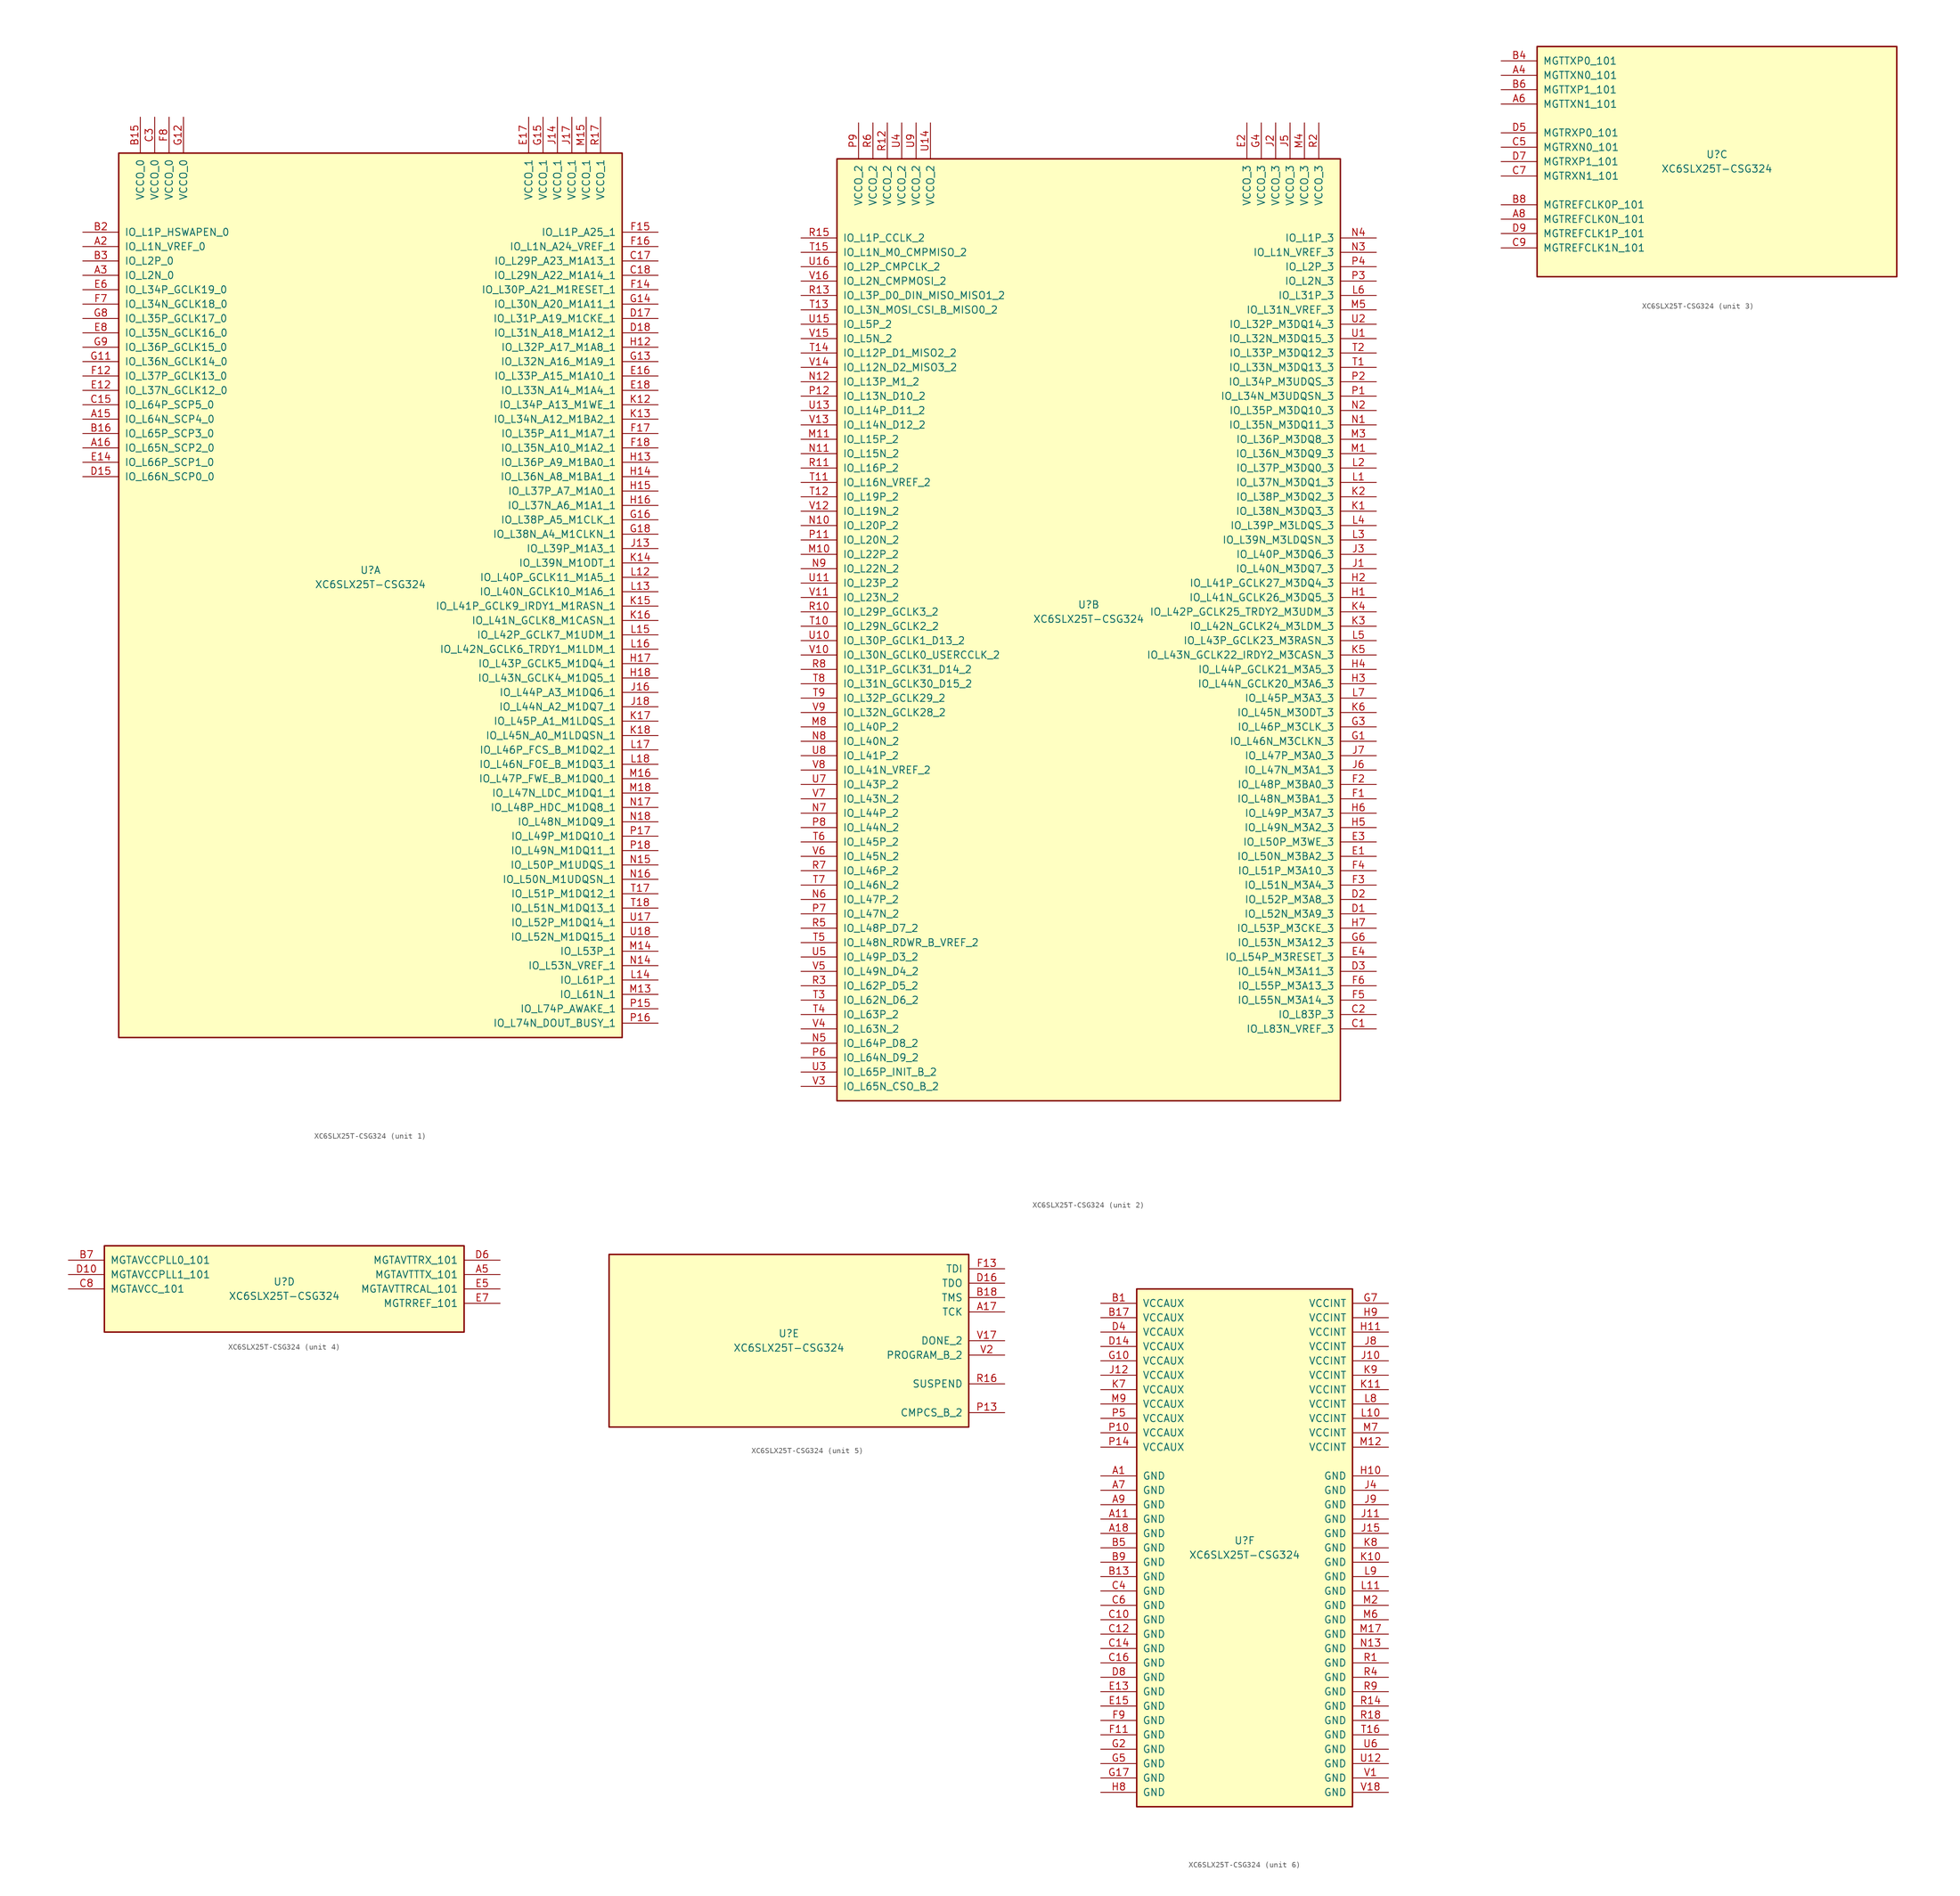
<source format=kicad_sym>
(kicad_symbol_lib
  (version 20211014)
  (generator kicad_symbol_editor)
  (symbol "XC6SLX25T-CSG324"
    (pin_names
      (offset 1.016))
    (property "Reference" "U"
      (at 0 1.27 0)
      (effects (font (size 1.27 1.27))))
    (property "Value" "XC6SLX25T-CSG324"
      (at 0 -1.27 0)
      (effects (font (size 1.27 1.27))))
    (property "Datasheet" ""
      (at 0 0 0)
      (effects (font (size 1.27 1.27))))
    (property "ki_locked" ""
      (at 0 0 0)
      (effects (font (size 1.27 1.27))))
    (symbol "XC6SLX25T-CSG324_1_1"
      (rectangle (start -44.45 74.93) (end 44.45 -81.28) (stroke (width 0.254) (type default) (color 0 0 0 0)) (fill (type background)))
      (pin bidirectional line (at -50.8 27.94 0) (length 6.35) (name "IO_L64N_SCP4_0" (effects (font (size 1.27 1.27)))) (number "A15" (effects (font (size 1.27 1.27)))))
      (pin bidirectional line (at -50.8 22.86 0) (length 6.35) (name "IO_L65N_SCP2_0" (effects (font (size 1.27 1.27)))) (number "A16" (effects (font (size 1.27 1.27)))))
      (pin bidirectional line (at -50.8 58.42 0) (length 6.35) (name "IO_L1N_VREF_0" (effects (font (size 1.27 1.27)))) (number "A2" (effects (font (size 1.27 1.27)))))
      (pin bidirectional line (at -50.8 53.34 0) (length 6.35) (name "IO_L2N_0" (effects (font (size 1.27 1.27)))) (number "A3" (effects (font (size 1.27 1.27)))))
      (pin power_in line (at -40.64 81.28 270) (length 6.35) (name "VCCO_0" (effects (font (size 1.27 1.27)))) (number "B15" (effects (font (size 1.27 1.27)))))
      (pin bidirectional line (at -50.8 25.4 0) (length 6.35) (name "IO_L65P_SCP3_0" (effects (font (size 1.27 1.27)))) (number "B16" (effects (font (size 1.27 1.27)))))
      (pin bidirectional line (at -50.8 60.96 0) (length 6.35) (name "IO_L1P_HSWAPEN_0" (effects (font (size 1.27 1.27)))) (number "B2" (effects (font (size 1.27 1.27)))))
      (pin bidirectional line (at -50.8 55.88 0) (length 6.35) (name "IO_L2P_0" (effects (font (size 1.27 1.27)))) (number "B3" (effects (font (size 1.27 1.27)))))
      (pin bidirectional line (at -50.8 30.48 0) (length 6.35) (name "IO_L64P_SCP5_0" (effects (font (size 1.27 1.27)))) (number "C15" (effects (font (size 1.27 1.27)))))
      (pin bidirectional line (at 50.8 55.88 180) (length 6.35) (name "IO_L29P_A23_M1A13_1" (effects (font (size 1.27 1.27)))) (number "C17" (effects (font (size 1.27 1.27)))))
      (pin bidirectional line (at 50.8 53.34 180) (length 6.35) (name "IO_L29N_A22_M1A14_1" (effects (font (size 1.27 1.27)))) (number "C18" (effects (font (size 1.27 1.27)))))
      (pin power_in line (at -38.1 81.28 270) (length 6.35) (name "VCCO_0" (effects (font (size 1.27 1.27)))) (number "C3" (effects (font (size 1.27 1.27)))))
      (pin bidirectional line (at -50.8 17.78 0) (length 6.35) (name "IO_L66N_SCP0_0" (effects (font (size 1.27 1.27)))) (number "D15" (effects (font (size 1.27 1.27)))))
      (pin bidirectional line (at 50.8 45.72 180) (length 6.35) (name "IO_L31P_A19_M1CKE_1" (effects (font (size 1.27 1.27)))) (number "D17" (effects (font (size 1.27 1.27)))))
      (pin bidirectional line (at 50.8 43.18 180) (length 6.35) (name "IO_L31N_A18_M1A12_1" (effects (font (size 1.27 1.27)))) (number "D18" (effects (font (size 1.27 1.27)))))
      (pin bidirectional line (at -50.8 33.02 0) (length 6.35) (name "IO_L37N_GCLK12_0" (effects (font (size 1.27 1.27)))) (number "E12" (effects (font (size 1.27 1.27)))))
      (pin bidirectional line (at -50.8 20.32 0) (length 6.35) (name "IO_L66P_SCP1_0" (effects (font (size 1.27 1.27)))) (number "E14" (effects (font (size 1.27 1.27)))))
      (pin bidirectional line (at 50.8 35.56 180) (length 6.35) (name "IO_L33P_A15_M1A10_1" (effects (font (size 1.27 1.27)))) (number "E16" (effects (font (size 1.27 1.27)))))
      (pin power_in line (at 27.94 81.28 270) (length 6.35) (name "VCCO_1" (effects (font (size 1.27 1.27)))) (number "E17" (effects (font (size 1.27 1.27)))))
      (pin bidirectional line (at 50.8 33.02 180) (length 6.35) (name "IO_L33N_A14_M1A4_1" (effects (font (size 1.27 1.27)))) (number "E18" (effects (font (size 1.27 1.27)))))
      (pin bidirectional line (at -50.8 50.8 0) (length 6.35) (name "IO_L34P_GCLK19_0" (effects (font (size 1.27 1.27)))) (number "E6" (effects (font (size 1.27 1.27)))))
      (pin bidirectional line (at -50.8 43.18 0) (length 6.35) (name "IO_L35N_GCLK16_0" (effects (font (size 1.27 1.27)))) (number "E8" (effects (font (size 1.27 1.27)))))
      (pin bidirectional line (at -50.8 35.56 0) (length 6.35) (name "IO_L37P_GCLK13_0" (effects (font (size 1.27 1.27)))) (number "F12" (effects (font (size 1.27 1.27)))))
      (pin bidirectional line (at 50.8 50.8 180) (length 6.35) (name "IO_L30P_A21_M1RESET_1" (effects (font (size 1.27 1.27)))) (number "F14" (effects (font (size 1.27 1.27)))))
      (pin bidirectional line (at 50.8 60.96 180) (length 6.35) (name "IO_L1P_A25_1" (effects (font (size 1.27 1.27)))) (number "F15" (effects (font (size 1.27 1.27)))))
      (pin bidirectional line (at 50.8 58.42 180) (length 6.35) (name "IO_L1N_A24_VREF_1" (effects (font (size 1.27 1.27)))) (number "F16" (effects (font (size 1.27 1.27)))))
      (pin bidirectional line (at 50.8 25.4 180) (length 6.35) (name "IO_L35P_A11_M1A7_1" (effects (font (size 1.27 1.27)))) (number "F17" (effects (font (size 1.27 1.27)))))
      (pin bidirectional line (at 50.8 22.86 180) (length 6.35) (name "IO_L35N_A10_M1A2_1" (effects (font (size 1.27 1.27)))) (number "F18" (effects (font (size 1.27 1.27)))))
      (pin bidirectional line (at -50.8 48.26 0) (length 6.35) (name "IO_L34N_GCLK18_0" (effects (font (size 1.27 1.27)))) (number "F7" (effects (font (size 1.27 1.27)))))
      (pin power_in line (at -35.56 81.28 270) (length 6.35) (name "VCCO_0" (effects (font (size 1.27 1.27)))) (number "F8" (effects (font (size 1.27 1.27)))))
      (pin bidirectional line (at -50.8 38.1 0) (length 6.35) (name "IO_L36N_GCLK14_0" (effects (font (size 1.27 1.27)))) (number "G11" (effects (font (size 1.27 1.27)))))
      (pin power_in line (at -33.02 81.28 270) (length 6.35) (name "VCCO_0" (effects (font (size 1.27 1.27)))) (number "G12" (effects (font (size 1.27 1.27)))))
      (pin bidirectional line (at 50.8 38.1 180) (length 6.35) (name "IO_L32N_A16_M1A9_1" (effects (font (size 1.27 1.27)))) (number "G13" (effects (font (size 1.27 1.27)))))
      (pin bidirectional line (at 50.8 48.26 180) (length 6.35) (name "IO_L30N_A20_M1A11_1" (effects (font (size 1.27 1.27)))) (number "G14" (effects (font (size 1.27 1.27)))))
      (pin power_in line (at 30.48 81.28 270) (length 6.35) (name "VCCO_1" (effects (font (size 1.27 1.27)))) (number "G15" (effects (font (size 1.27 1.27)))))
      (pin bidirectional line (at 50.8 10.16 180) (length 6.35) (name "IO_L38P_A5_M1CLK_1" (effects (font (size 1.27 1.27)))) (number "G16" (effects (font (size 1.27 1.27)))))
      (pin bidirectional line (at 50.8 7.62 180) (length 6.35) (name "IO_L38N_A4_M1CLKN_1" (effects (font (size 1.27 1.27)))) (number "G18" (effects (font (size 1.27 1.27)))))
      (pin bidirectional line (at -50.8 45.72 0) (length 6.35) (name "IO_L35P_GCLK17_0" (effects (font (size 1.27 1.27)))) (number "G8" (effects (font (size 1.27 1.27)))))
      (pin bidirectional line (at -50.8 40.64 0) (length 6.35) (name "IO_L36P_GCLK15_0" (effects (font (size 1.27 1.27)))) (number "G9" (effects (font (size 1.27 1.27)))))
      (pin bidirectional line (at 50.8 40.64 180) (length 6.35) (name "IO_L32P_A17_M1A8_1" (effects (font (size 1.27 1.27)))) (number "H12" (effects (font (size 1.27 1.27)))))
      (pin bidirectional line (at 50.8 20.32 180) (length 6.35) (name "IO_L36P_A9_M1BA0_1" (effects (font (size 1.27 1.27)))) (number "H13" (effects (font (size 1.27 1.27)))))
      (pin bidirectional line (at 50.8 17.78 180) (length 6.35) (name "IO_L36N_A8_M1BA1_1" (effects (font (size 1.27 1.27)))) (number "H14" (effects (font (size 1.27 1.27)))))
      (pin bidirectional line (at 50.8 15.24 180) (length 6.35) (name "IO_L37P_A7_M1A0_1" (effects (font (size 1.27 1.27)))) (number "H15" (effects (font (size 1.27 1.27)))))
      (pin bidirectional line (at 50.8 12.7 180) (length 6.35) (name "IO_L37N_A6_M1A1_1" (effects (font (size 1.27 1.27)))) (number "H16" (effects (font (size 1.27 1.27)))))
      (pin bidirectional line (at 50.8 -15.24 180) (length 6.35) (name "IO_L43P_GCLK5_M1DQ4_1" (effects (font (size 1.27 1.27)))) (number "H17" (effects (font (size 1.27 1.27)))))
      (pin bidirectional line (at 50.8 -17.78 180) (length 6.35) (name "IO_L43N_GCLK4_M1DQ5_1" (effects (font (size 1.27 1.27)))) (number "H18" (effects (font (size 1.27 1.27)))))
      (pin bidirectional line (at 50.8 5.08 180) (length 6.35) (name "IO_L39P_M1A3_1" (effects (font (size 1.27 1.27)))) (number "J13" (effects (font (size 1.27 1.27)))))
      (pin power_in line (at 33.02 81.28 270) (length 6.35) (name "VCCO_1" (effects (font (size 1.27 1.27)))) (number "J14" (effects (font (size 1.27 1.27)))))
      (pin bidirectional line (at 50.8 -20.32 180) (length 6.35) (name "IO_L44P_A3_M1DQ6_1" (effects (font (size 1.27 1.27)))) (number "J16" (effects (font (size 1.27 1.27)))))
      (pin power_in line (at 35.56 81.28 270) (length 6.35) (name "VCCO_1" (effects (font (size 1.27 1.27)))) (number "J17" (effects (font (size 1.27 1.27)))))
      (pin bidirectional line (at 50.8 -22.86 180) (length 6.35) (name "IO_L44N_A2_M1DQ7_1" (effects (font (size 1.27 1.27)))) (number "J18" (effects (font (size 1.27 1.27)))))
      (pin bidirectional line (at 50.8 30.48 180) (length 6.35) (name "IO_L34P_A13_M1WE_1" (effects (font (size 1.27 1.27)))) (number "K12" (effects (font (size 1.27 1.27)))))
      (pin bidirectional line (at 50.8 27.94 180) (length 6.35) (name "IO_L34N_A12_M1BA2_1" (effects (font (size 1.27 1.27)))) (number "K13" (effects (font (size 1.27 1.27)))))
      (pin bidirectional line (at 50.8 2.54 180) (length 6.35) (name "IO_L39N_M1ODT_1" (effects (font (size 1.27 1.27)))) (number "K14" (effects (font (size 1.27 1.27)))))
      (pin bidirectional line (at 50.8 -5.08 180) (length 6.35) (name "IO_L41P_GCLK9_IRDY1_M1RASN_1" (effects (font (size 1.27 1.27)))) (number "K15" (effects (font (size 1.27 1.27)))))
      (pin bidirectional line (at 50.8 -7.62 180) (length 6.35) (name "IO_L41N_GCLK8_M1CASN_1" (effects (font (size 1.27 1.27)))) (number "K16" (effects (font (size 1.27 1.27)))))
      (pin bidirectional line (at 50.8 -25.4 180) (length 6.35) (name "IO_L45P_A1_M1LDQS_1" (effects (font (size 1.27 1.27)))) (number "K17" (effects (font (size 1.27 1.27)))))
      (pin bidirectional line (at 50.8 -27.94 180) (length 6.35) (name "IO_L45N_A0_M1LDQSN_1" (effects (font (size 1.27 1.27)))) (number "K18" (effects (font (size 1.27 1.27)))))
      (pin bidirectional line (at 50.8 0 180) (length 6.35) (name "IO_L40P_GCLK11_M1A5_1" (effects (font (size 1.27 1.27)))) (number "L12" (effects (font (size 1.27 1.27)))))
      (pin bidirectional line (at 50.8 -2.54 180) (length 6.35) (name "IO_L40N_GCLK10_M1A6_1" (effects (font (size 1.27 1.27)))) (number "L13" (effects (font (size 1.27 1.27)))))
      (pin bidirectional line (at 50.8 -71.12 180) (length 6.35) (name "IO_L61P_1" (effects (font (size 1.27 1.27)))) (number "L14" (effects (font (size 1.27 1.27)))))
      (pin bidirectional line (at 50.8 -10.16 180) (length 6.35) (name "IO_L42P_GCLK7_M1UDM_1" (effects (font (size 1.27 1.27)))) (number "L15" (effects (font (size 1.27 1.27)))))
      (pin bidirectional line (at 50.8 -12.7 180) (length 6.35) (name "IO_L42N_GCLK6_TRDY1_M1LDM_1" (effects (font (size 1.27 1.27)))) (number "L16" (effects (font (size 1.27 1.27)))))
      (pin bidirectional line (at 50.8 -30.48 180) (length 6.35) (name "IO_L46P_FCS_B_M1DQ2_1" (effects (font (size 1.27 1.27)))) (number "L17" (effects (font (size 1.27 1.27)))))
      (pin bidirectional line (at 50.8 -33.02 180) (length 6.35) (name "IO_L46N_FOE_B_M1DQ3_1" (effects (font (size 1.27 1.27)))) (number "L18" (effects (font (size 1.27 1.27)))))
      (pin bidirectional line (at 50.8 -73.66 180) (length 6.35) (name "IO_L61N_1" (effects (font (size 1.27 1.27)))) (number "M13" (effects (font (size 1.27 1.27)))))
      (pin bidirectional line (at 50.8 -66.04 180) (length 6.35) (name "IO_L53P_1" (effects (font (size 1.27 1.27)))) (number "M14" (effects (font (size 1.27 1.27)))))
      (pin power_in line (at 38.1 81.28 270) (length 6.35) (name "VCCO_1" (effects (font (size 1.27 1.27)))) (number "M15" (effects (font (size 1.27 1.27)))))
      (pin bidirectional line (at 50.8 -35.56 180) (length 6.35) (name "IO_L47P_FWE_B_M1DQ0_1" (effects (font (size 1.27 1.27)))) (number "M16" (effects (font (size 1.27 1.27)))))
      (pin bidirectional line (at 50.8 -38.1 180) (length 6.35) (name "IO_L47N_LDC_M1DQ1_1" (effects (font (size 1.27 1.27)))) (number "M18" (effects (font (size 1.27 1.27)))))
      (pin bidirectional line (at 50.8 -68.58 180) (length 6.35) (name "IO_L53N_VREF_1" (effects (font (size 1.27 1.27)))) (number "N14" (effects (font (size 1.27 1.27)))))
      (pin bidirectional line (at 50.8 -50.8 180) (length 6.35) (name "IO_L50P_M1UDQS_1" (effects (font (size 1.27 1.27)))) (number "N15" (effects (font (size 1.27 1.27)))))
      (pin bidirectional line (at 50.8 -53.34 180) (length 6.35) (name "IO_L50N_M1UDQSN_1" (effects (font (size 1.27 1.27)))) (number "N16" (effects (font (size 1.27 1.27)))))
      (pin bidirectional line (at 50.8 -40.64 180) (length 6.35) (name "IO_L48P_HDC_M1DQ8_1" (effects (font (size 1.27 1.27)))) (number "N17" (effects (font (size 1.27 1.27)))))
      (pin bidirectional line (at 50.8 -43.18 180) (length 6.35) (name "IO_L48N_M1DQ9_1" (effects (font (size 1.27 1.27)))) (number "N18" (effects (font (size 1.27 1.27)))))
      (pin bidirectional line (at 50.8 -76.2 180) (length 6.35) (name "IO_L74P_AWAKE_1" (effects (font (size 1.27 1.27)))) (number "P15" (effects (font (size 1.27 1.27)))))
      (pin bidirectional line (at 50.8 -78.74 180) (length 6.35) (name "IO_L74N_DOUT_BUSY_1" (effects (font (size 1.27 1.27)))) (number "P16" (effects (font (size 1.27 1.27)))))
      (pin bidirectional line (at 50.8 -45.72 180) (length 6.35) (name "IO_L49P_M1DQ10_1" (effects (font (size 1.27 1.27)))) (number "P17" (effects (font (size 1.27 1.27)))))
      (pin bidirectional line (at 50.8 -48.26 180) (length 6.35) (name "IO_L49N_M1DQ11_1" (effects (font (size 1.27 1.27)))) (number "P18" (effects (font (size 1.27 1.27)))))
      (pin power_in line (at 40.64 81.28 270) (length 6.35) (name "VCCO_1" (effects (font (size 1.27 1.27)))) (number "R17" (effects (font (size 1.27 1.27)))))
      (pin bidirectional line (at 50.8 -55.88 180) (length 6.35) (name "IO_L51P_M1DQ12_1" (effects (font (size 1.27 1.27)))) (number "T17" (effects (font (size 1.27 1.27)))))
      (pin bidirectional line (at 50.8 -58.42 180) (length 6.35) (name "IO_L51N_M1DQ13_1" (effects (font (size 1.27 1.27)))) (number "T18" (effects (font (size 1.27 1.27)))))
      (pin bidirectional line (at 50.8 -60.96 180) (length 6.35) (name "IO_L52P_M1DQ14_1" (effects (font (size 1.27 1.27)))) (number "U17" (effects (font (size 1.27 1.27)))))
      (pin bidirectional line (at 50.8 -63.5 180) (length 6.35) (name "IO_L52N_M1DQ15_1" (effects (font (size 1.27 1.27)))) (number "U18" (effects (font (size 1.27 1.27))))))
    (symbol "XC6SLX25T-CSG324_2_1"
      (rectangle (start -44.45 80.01) (end 44.45 -86.36) (stroke (width 0.254) (type default) (color 0 0 0 0)) (fill (type background)))
      (pin bidirectional line (at 50.8 -73.66 180) (length 6.35) (name "IO_L83N_VREF_3" (effects (font (size 1.27 1.27)))) (number "C1" (effects (font (size 1.27 1.27)))))
      (pin bidirectional line (at 50.8 -71.12 180) (length 6.35) (name "IO_L83P_3" (effects (font (size 1.27 1.27)))) (number "C2" (effects (font (size 1.27 1.27)))))
      (pin bidirectional line (at 50.8 -53.34 180) (length 6.35) (name "IO_L52N_M3A9_3" (effects (font (size 1.27 1.27)))) (number "D1" (effects (font (size 1.27 1.27)))))
      (pin bidirectional line (at 50.8 -50.8 180) (length 6.35) (name "IO_L52P_M3A8_3" (effects (font (size 1.27 1.27)))) (number "D2" (effects (font (size 1.27 1.27)))))
      (pin bidirectional line (at 50.8 -63.5 180) (length 6.35) (name "IO_L54N_M3A11_3" (effects (font (size 1.27 1.27)))) (number "D3" (effects (font (size 1.27 1.27)))))
      (pin bidirectional line (at 50.8 -43.18 180) (length 6.35) (name "IO_L50N_M3BA2_3" (effects (font (size 1.27 1.27)))) (number "E1" (effects (font (size 1.27 1.27)))))
      (pin power_in line (at 27.94 86.36 270) (length 6.35) (name "VCCO_3" (effects (font (size 1.27 1.27)))) (number "E2" (effects (font (size 1.27 1.27)))))
      (pin bidirectional line (at 50.8 -40.64 180) (length 6.35) (name "IO_L50P_M3WE_3" (effects (font (size 1.27 1.27)))) (number "E3" (effects (font (size 1.27 1.27)))))
      (pin bidirectional line (at 50.8 -60.96 180) (length 6.35) (name "IO_L54P_M3RESET_3" (effects (font (size 1.27 1.27)))) (number "E4" (effects (font (size 1.27 1.27)))))
      (pin bidirectional line (at 50.8 -33.02 180) (length 6.35) (name "IO_L48N_M3BA1_3" (effects (font (size 1.27 1.27)))) (number "F1" (effects (font (size 1.27 1.27)))))
      (pin bidirectional line (at 50.8 -30.48 180) (length 6.35) (name "IO_L48P_M3BA0_3" (effects (font (size 1.27 1.27)))) (number "F2" (effects (font (size 1.27 1.27)))))
      (pin bidirectional line (at 50.8 -48.26 180) (length 6.35) (name "IO_L51N_M3A4_3" (effects (font (size 1.27 1.27)))) (number "F3" (effects (font (size 1.27 1.27)))))
      (pin bidirectional line (at 50.8 -45.72 180) (length 6.35) (name "IO_L51P_M3A10_3" (effects (font (size 1.27 1.27)))) (number "F4" (effects (font (size 1.27 1.27)))))
      (pin bidirectional line (at 50.8 -68.58 180) (length 6.35) (name "IO_L55N_M3A14_3" (effects (font (size 1.27 1.27)))) (number "F5" (effects (font (size 1.27 1.27)))))
      (pin bidirectional line (at 50.8 -66.04 180) (length 6.35) (name "IO_L55P_M3A13_3" (effects (font (size 1.27 1.27)))) (number "F6" (effects (font (size 1.27 1.27)))))
      (pin bidirectional line (at 50.8 -22.86 180) (length 6.35) (name "IO_L46N_M3CLKN_3" (effects (font (size 1.27 1.27)))) (number "G1" (effects (font (size 1.27 1.27)))))
      (pin bidirectional line (at 50.8 -20.32 180) (length 6.35) (name "IO_L46P_M3CLK_3" (effects (font (size 1.27 1.27)))) (number "G3" (effects (font (size 1.27 1.27)))))
      (pin power_in line (at 30.48 86.36 270) (length 6.35) (name "VCCO_3" (effects (font (size 1.27 1.27)))) (number "G4" (effects (font (size 1.27 1.27)))))
      (pin bidirectional line (at 50.8 -58.42 180) (length 6.35) (name "IO_L53N_M3A12_3" (effects (font (size 1.27 1.27)))) (number "G6" (effects (font (size 1.27 1.27)))))
      (pin bidirectional line (at 50.8 2.54 180) (length 6.35) (name "IO_L41N_GCLK26_M3DQ5_3" (effects (font (size 1.27 1.27)))) (number "H1" (effects (font (size 1.27 1.27)))))
      (pin bidirectional line (at 50.8 5.08 180) (length 6.35) (name "IO_L41P_GCLK27_M3DQ4_3" (effects (font (size 1.27 1.27)))) (number "H2" (effects (font (size 1.27 1.27)))))
      (pin bidirectional line (at 50.8 -12.7 180) (length 6.35) (name "IO_L44N_GCLK20_M3A6_3" (effects (font (size 1.27 1.27)))) (number "H3" (effects (font (size 1.27 1.27)))))
      (pin bidirectional line (at 50.8 -10.16 180) (length 6.35) (name "IO_L44P_GCLK21_M3A5_3" (effects (font (size 1.27 1.27)))) (number "H4" (effects (font (size 1.27 1.27)))))
      (pin bidirectional line (at 50.8 -38.1 180) (length 6.35) (name "IO_L49N_M3A2_3" (effects (font (size 1.27 1.27)))) (number "H5" (effects (font (size 1.27 1.27)))))
      (pin bidirectional line (at 50.8 -35.56 180) (length 6.35) (name "IO_L49P_M3A7_3" (effects (font (size 1.27 1.27)))) (number "H6" (effects (font (size 1.27 1.27)))))
      (pin bidirectional line (at 50.8 -55.88 180) (length 6.35) (name "IO_L53P_M3CKE_3" (effects (font (size 1.27 1.27)))) (number "H7" (effects (font (size 1.27 1.27)))))
      (pin bidirectional line (at 50.8 7.62 180) (length 6.35) (name "IO_L40N_M3DQ7_3" (effects (font (size 1.27 1.27)))) (number "J1" (effects (font (size 1.27 1.27)))))
      (pin power_in line (at 33.02 86.36 270) (length 6.35) (name "VCCO_3" (effects (font (size 1.27 1.27)))) (number "J2" (effects (font (size 1.27 1.27)))))
      (pin bidirectional line (at 50.8 10.16 180) (length 6.35) (name "IO_L40P_M3DQ6_3" (effects (font (size 1.27 1.27)))) (number "J3" (effects (font (size 1.27 1.27)))))
      (pin power_in line (at 35.56 86.36 270) (length 6.35) (name "VCCO_3" (effects (font (size 1.27 1.27)))) (number "J5" (effects (font (size 1.27 1.27)))))
      (pin bidirectional line (at 50.8 -27.94 180) (length 6.35) (name "IO_L47N_M3A1_3" (effects (font (size 1.27 1.27)))) (number "J6" (effects (font (size 1.27 1.27)))))
      (pin bidirectional line (at 50.8 -25.4 180) (length 6.35) (name "IO_L47P_M3A0_3" (effects (font (size 1.27 1.27)))) (number "J7" (effects (font (size 1.27 1.27)))))
      (pin bidirectional line (at 50.8 17.78 180) (length 6.35) (name "IO_L38N_M3DQ3_3" (effects (font (size 1.27 1.27)))) (number "K1" (effects (font (size 1.27 1.27)))))
      (pin bidirectional line (at 50.8 20.32 180) (length 6.35) (name "IO_L38P_M3DQ2_3" (effects (font (size 1.27 1.27)))) (number "K2" (effects (font (size 1.27 1.27)))))
      (pin bidirectional line (at 50.8 -2.54 180) (length 6.35) (name "IO_L42N_GCLK24_M3LDM_3" (effects (font (size 1.27 1.27)))) (number "K3" (effects (font (size 1.27 1.27)))))
      (pin bidirectional line (at 50.8 0 180) (length 6.35) (name "IO_L42P_GCLK25_TRDY2_M3UDM_3" (effects (font (size 1.27 1.27)))) (number "K4" (effects (font (size 1.27 1.27)))))
      (pin bidirectional line (at 50.8 -7.62 180) (length 6.35) (name "IO_L43N_GCLK22_IRDY2_M3CASN_3" (effects (font (size 1.27 1.27)))) (number "K5" (effects (font (size 1.27 1.27)))))
      (pin bidirectional line (at 50.8 -17.78 180) (length 6.35) (name "IO_L45N_M3ODT_3" (effects (font (size 1.27 1.27)))) (number "K6" (effects (font (size 1.27 1.27)))))
      (pin bidirectional line (at 50.8 22.86 180) (length 6.35) (name "IO_L37N_M3DQ1_3" (effects (font (size 1.27 1.27)))) (number "L1" (effects (font (size 1.27 1.27)))))
      (pin bidirectional line (at 50.8 25.4 180) (length 6.35) (name "IO_L37P_M3DQ0_3" (effects (font (size 1.27 1.27)))) (number "L2" (effects (font (size 1.27 1.27)))))
      (pin bidirectional line (at 50.8 12.7 180) (length 6.35) (name "IO_L39N_M3LDQSN_3" (effects (font (size 1.27 1.27)))) (number "L3" (effects (font (size 1.27 1.27)))))
      (pin bidirectional line (at 50.8 15.24 180) (length 6.35) (name "IO_L39P_M3LDQS_3" (effects (font (size 1.27 1.27)))) (number "L4" (effects (font (size 1.27 1.27)))))
      (pin bidirectional line (at 50.8 -5.08 180) (length 6.35) (name "IO_L43P_GCLK23_M3RASN_3" (effects (font (size 1.27 1.27)))) (number "L5" (effects (font (size 1.27 1.27)))))
      (pin bidirectional line (at 50.8 55.88 180) (length 6.35) (name "IO_L31P_3" (effects (font (size 1.27 1.27)))) (number "L6" (effects (font (size 1.27 1.27)))))
      (pin bidirectional line (at 50.8 -15.24 180) (length 6.35) (name "IO_L45P_M3A3_3" (effects (font (size 1.27 1.27)))) (number "L7" (effects (font (size 1.27 1.27)))))
      (pin bidirectional line (at 50.8 27.94 180) (length 6.35) (name "IO_L36N_M3DQ9_3" (effects (font (size 1.27 1.27)))) (number "M1" (effects (font (size 1.27 1.27)))))
      (pin bidirectional line (at -50.8 10.16 0) (length 6.35) (name "IO_L22P_2" (effects (font (size 1.27 1.27)))) (number "M10" (effects (font (size 1.27 1.27)))))
      (pin bidirectional line (at -50.8 30.48 0) (length 6.35) (name "IO_L15P_2" (effects (font (size 1.27 1.27)))) (number "M11" (effects (font (size 1.27 1.27)))))
      (pin bidirectional line (at 50.8 30.48 180) (length 6.35) (name "IO_L36P_M3DQ8_3" (effects (font (size 1.27 1.27)))) (number "M3" (effects (font (size 1.27 1.27)))))
      (pin power_in line (at 38.1 86.36 270) (length 6.35) (name "VCCO_3" (effects (font (size 1.27 1.27)))) (number "M4" (effects (font (size 1.27 1.27)))))
      (pin bidirectional line (at 50.8 53.34 180) (length 6.35) (name "IO_L31N_VREF_3" (effects (font (size 1.27 1.27)))) (number "M5" (effects (font (size 1.27 1.27)))))
      (pin bidirectional line (at -50.8 -20.32 0) (length 6.35) (name "IO_L40P_2" (effects (font (size 1.27 1.27)))) (number "M8" (effects (font (size 1.27 1.27)))))
      (pin bidirectional line (at 50.8 33.02 180) (length 6.35) (name "IO_L35N_M3DQ11_3" (effects (font (size 1.27 1.27)))) (number "N1" (effects (font (size 1.27 1.27)))))
      (pin bidirectional line (at -50.8 15.24 0) (length 6.35) (name "IO_L20P_2" (effects (font (size 1.27 1.27)))) (number "N10" (effects (font (size 1.27 1.27)))))
      (pin bidirectional line (at -50.8 27.94 0) (length 6.35) (name "IO_L15N_2" (effects (font (size 1.27 1.27)))) (number "N11" (effects (font (size 1.27 1.27)))))
      (pin bidirectional line (at -50.8 40.64 0) (length 6.35) (name "IO_L13P_M1_2" (effects (font (size 1.27 1.27)))) (number "N12" (effects (font (size 1.27 1.27)))))
      (pin bidirectional line (at 50.8 35.56 180) (length 6.35) (name "IO_L35P_M3DQ10_3" (effects (font (size 1.27 1.27)))) (number "N2" (effects (font (size 1.27 1.27)))))
      (pin bidirectional line (at 50.8 63.5 180) (length 6.35) (name "IO_L1N_VREF_3" (effects (font (size 1.27 1.27)))) (number "N3" (effects (font (size 1.27 1.27)))))
      (pin bidirectional line (at 50.8 66.04 180) (length 6.35) (name "IO_L1P_3" (effects (font (size 1.27 1.27)))) (number "N4" (effects (font (size 1.27 1.27)))))
      (pin bidirectional line (at -50.8 -76.2 0) (length 6.35) (name "IO_L64P_D8_2" (effects (font (size 1.27 1.27)))) (number "N5" (effects (font (size 1.27 1.27)))))
      (pin bidirectional line (at -50.8 -50.8 0) (length 6.35) (name "IO_L47P_2" (effects (font (size 1.27 1.27)))) (number "N6" (effects (font (size 1.27 1.27)))))
      (pin bidirectional line (at -50.8 -35.56 0) (length 6.35) (name "IO_L44P_2" (effects (font (size 1.27 1.27)))) (number "N7" (effects (font (size 1.27 1.27)))))
      (pin bidirectional line (at -50.8 -22.86 0) (length 6.35) (name "IO_L40N_2" (effects (font (size 1.27 1.27)))) (number "N8" (effects (font (size 1.27 1.27)))))
      (pin bidirectional line (at -50.8 7.62 0) (length 6.35) (name "IO_L22N_2" (effects (font (size 1.27 1.27)))) (number "N9" (effects (font (size 1.27 1.27)))))
      (pin bidirectional line (at 50.8 38.1 180) (length 6.35) (name "IO_L34N_M3UDQSN_3" (effects (font (size 1.27 1.27)))) (number "P1" (effects (font (size 1.27 1.27)))))
      (pin bidirectional line (at -50.8 12.7 0) (length 6.35) (name "IO_L20N_2" (effects (font (size 1.27 1.27)))) (number "P11" (effects (font (size 1.27 1.27)))))
      (pin bidirectional line (at -50.8 38.1 0) (length 6.35) (name "IO_L13N_D10_2" (effects (font (size 1.27 1.27)))) (number "P12" (effects (font (size 1.27 1.27)))))
      (pin bidirectional line (at 50.8 40.64 180) (length 6.35) (name "IO_L34P_M3UDQS_3" (effects (font (size 1.27 1.27)))) (number "P2" (effects (font (size 1.27 1.27)))))
      (pin bidirectional line (at 50.8 58.42 180) (length 6.35) (name "IO_L2N_3" (effects (font (size 1.27 1.27)))) (number "P3" (effects (font (size 1.27 1.27)))))
      (pin bidirectional line (at 50.8 60.96 180) (length 6.35) (name "IO_L2P_3" (effects (font (size 1.27 1.27)))) (number "P4" (effects (font (size 1.27 1.27)))))
      (pin bidirectional line (at -50.8 -78.74 0) (length 6.35) (name "IO_L64N_D9_2" (effects (font (size 1.27 1.27)))) (number "P6" (effects (font (size 1.27 1.27)))))
      (pin bidirectional line (at -50.8 -53.34 0) (length 6.35) (name "IO_L47N_2" (effects (font (size 1.27 1.27)))) (number "P7" (effects (font (size 1.27 1.27)))))
      (pin bidirectional line (at -50.8 -38.1 0) (length 6.35) (name "IO_L44N_2" (effects (font (size 1.27 1.27)))) (number "P8" (effects (font (size 1.27 1.27)))))
      (pin power_in line (at -40.64 86.36 270) (length 6.35) (name "VCCO_2" (effects (font (size 1.27 1.27)))) (number "P9" (effects (font (size 1.27 1.27)))))
      (pin bidirectional line (at -50.8 0 0) (length 6.35) (name "IO_L29P_GCLK3_2" (effects (font (size 1.27 1.27)))) (number "R10" (effects (font (size 1.27 1.27)))))
      (pin bidirectional line (at -50.8 25.4 0) (length 6.35) (name "IO_L16P_2" (effects (font (size 1.27 1.27)))) (number "R11" (effects (font (size 1.27 1.27)))))
      (pin power_in line (at -35.56 86.36 270) (length 6.35) (name "VCCO_2" (effects (font (size 1.27 1.27)))) (number "R12" (effects (font (size 1.27 1.27)))))
      (pin bidirectional line (at -50.8 55.88 0) (length 6.35) (name "IO_L3P_D0_DIN_MISO_MISO1_2" (effects (font (size 1.27 1.27)))) (number "R13" (effects (font (size 1.27 1.27)))))
      (pin bidirectional line (at -50.8 66.04 0) (length 6.35) (name "IO_L1P_CCLK_2" (effects (font (size 1.27 1.27)))) (number "R15" (effects (font (size 1.27 1.27)))))
      (pin power_in line (at 40.64 86.36 270) (length 6.35) (name "VCCO_3" (effects (font (size 1.27 1.27)))) (number "R2" (effects (font (size 1.27 1.27)))))
      (pin bidirectional line (at -50.8 -66.04 0) (length 6.35) (name "IO_L62P_D5_2" (effects (font (size 1.27 1.27)))) (number "R3" (effects (font (size 1.27 1.27)))))
      (pin bidirectional line (at -50.8 -55.88 0) (length 6.35) (name "IO_L48P_D7_2" (effects (font (size 1.27 1.27)))) (number "R5" (effects (font (size 1.27 1.27)))))
      (pin power_in line (at -38.1 86.36 270) (length 6.35) (name "VCCO_2" (effects (font (size 1.27 1.27)))) (number "R6" (effects (font (size 1.27 1.27)))))
      (pin bidirectional line (at -50.8 -45.72 0) (length 6.35) (name "IO_L46P_2" (effects (font (size 1.27 1.27)))) (number "R7" (effects (font (size 1.27 1.27)))))
      (pin bidirectional line (at -50.8 -10.16 0) (length 6.35) (name "IO_L31P_GCLK31_D14_2" (effects (font (size 1.27 1.27)))) (number "R8" (effects (font (size 1.27 1.27)))))
      (pin bidirectional line (at 50.8 43.18 180) (length 6.35) (name "IO_L33N_M3DQ13_3" (effects (font (size 1.27 1.27)))) (number "T1" (effects (font (size 1.27 1.27)))))
      (pin bidirectional line (at -50.8 -2.54 0) (length 6.35) (name "IO_L29N_GCLK2_2" (effects (font (size 1.27 1.27)))) (number "T10" (effects (font (size 1.27 1.27)))))
      (pin bidirectional line (at -50.8 22.86 0) (length 6.35) (name "IO_L16N_VREF_2" (effects (font (size 1.27 1.27)))) (number "T11" (effects (font (size 1.27 1.27)))))
      (pin bidirectional line (at -50.8 20.32 0) (length 6.35) (name "IO_L19P_2" (effects (font (size 1.27 1.27)))) (number "T12" (effects (font (size 1.27 1.27)))))
      (pin bidirectional line (at -50.8 53.34 0) (length 6.35) (name "IO_L3N_MOSI_CSI_B_MISO0_2" (effects (font (size 1.27 1.27)))) (number "T13" (effects (font (size 1.27 1.27)))))
      (pin bidirectional line (at -50.8 45.72 0) (length 6.35) (name "IO_L12P_D1_MISO2_2" (effects (font (size 1.27 1.27)))) (number "T14" (effects (font (size 1.27 1.27)))))
      (pin bidirectional line (at -50.8 63.5 0) (length 6.35) (name "IO_L1N_M0_CMPMISO_2" (effects (font (size 1.27 1.27)))) (number "T15" (effects (font (size 1.27 1.27)))))
      (pin bidirectional line (at 50.8 45.72 180) (length 6.35) (name "IO_L33P_M3DQ12_3" (effects (font (size 1.27 1.27)))) (number "T2" (effects (font (size 1.27 1.27)))))
      (pin bidirectional line (at -50.8 -68.58 0) (length 6.35) (name "IO_L62N_D6_2" (effects (font (size 1.27 1.27)))) (number "T3" (effects (font (size 1.27 1.27)))))
      (pin bidirectional line (at -50.8 -71.12 0) (length 6.35) (name "IO_L63P_2" (effects (font (size 1.27 1.27)))) (number "T4" (effects (font (size 1.27 1.27)))))
      (pin bidirectional line (at -50.8 -58.42 0) (length 6.35) (name "IO_L48N_RDWR_B_VREF_2" (effects (font (size 1.27 1.27)))) (number "T5" (effects (font (size 1.27 1.27)))))
      (pin bidirectional line (at -50.8 -40.64 0) (length 6.35) (name "IO_L45P_2" (effects (font (size 1.27 1.27)))) (number "T6" (effects (font (size 1.27 1.27)))))
      (pin bidirectional line (at -50.8 -48.26 0) (length 6.35) (name "IO_L46N_2" (effects (font (size 1.27 1.27)))) (number "T7" (effects (font (size 1.27 1.27)))))
      (pin bidirectional line (at -50.8 -12.7 0) (length 6.35) (name "IO_L31N_GCLK30_D15_2" (effects (font (size 1.27 1.27)))) (number "T8" (effects (font (size 1.27 1.27)))))
      (pin bidirectional line (at -50.8 -15.24 0) (length 6.35) (name "IO_L32P_GCLK29_2" (effects (font (size 1.27 1.27)))) (number "T9" (effects (font (size 1.27 1.27)))))
      (pin bidirectional line (at 50.8 48.26 180) (length 6.35) (name "IO_L32N_M3DQ15_3" (effects (font (size 1.27 1.27)))) (number "U1" (effects (font (size 1.27 1.27)))))
      (pin bidirectional line (at -50.8 -5.08 0) (length 6.35) (name "IO_L30P_GCLK1_D13_2" (effects (font (size 1.27 1.27)))) (number "U10" (effects (font (size 1.27 1.27)))))
      (pin bidirectional line (at -50.8 5.08 0) (length 6.35) (name "IO_L23P_2" (effects (font (size 1.27 1.27)))) (number "U11" (effects (font (size 1.27 1.27)))))
      (pin bidirectional line (at -50.8 35.56 0) (length 6.35) (name "IO_L14P_D11_2" (effects (font (size 1.27 1.27)))) (number "U13" (effects (font (size 1.27 1.27)))))
      (pin power_in line (at -27.94 86.36 270) (length 6.35) (name "VCCO_2" (effects (font (size 1.27 1.27)))) (number "U14" (effects (font (size 1.27 1.27)))))
      (pin bidirectional line (at -50.8 50.8 0) (length 6.35) (name "IO_L5P_2" (effects (font (size 1.27 1.27)))) (number "U15" (effects (font (size 1.27 1.27)))))
      (pin bidirectional line (at -50.8 60.96 0) (length 6.35) (name "IO_L2P_CMPCLK_2" (effects (font (size 1.27 1.27)))) (number "U16" (effects (font (size 1.27 1.27)))))
      (pin bidirectional line (at 50.8 50.8 180) (length 6.35) (name "IO_L32P_M3DQ14_3" (effects (font (size 1.27 1.27)))) (number "U2" (effects (font (size 1.27 1.27)))))
      (pin bidirectional line (at -50.8 -81.28 0) (length 6.35) (name "IO_L65P_INIT_B_2" (effects (font (size 1.27 1.27)))) (number "U3" (effects (font (size 1.27 1.27)))))
      (pin power_in line (at -33.02 86.36 270) (length 6.35) (name "VCCO_2" (effects (font (size 1.27 1.27)))) (number "U4" (effects (font (size 1.27 1.27)))))
      (pin bidirectional line (at -50.8 -60.96 0) (length 6.35) (name "IO_L49P_D3_2" (effects (font (size 1.27 1.27)))) (number "U5" (effects (font (size 1.27 1.27)))))
      (pin bidirectional line (at -50.8 -30.48 0) (length 6.35) (name "IO_L43P_2" (effects (font (size 1.27 1.27)))) (number "U7" (effects (font (size 1.27 1.27)))))
      (pin bidirectional line (at -50.8 -25.4 0) (length 6.35) (name "IO_L41P_2" (effects (font (size 1.27 1.27)))) (number "U8" (effects (font (size 1.27 1.27)))))
      (pin power_in line (at -30.48 86.36 270) (length 6.35) (name "VCCO_2" (effects (font (size 1.27 1.27)))) (number "U9" (effects (font (size 1.27 1.27)))))
      (pin bidirectional line (at -50.8 -7.62 0) (length 6.35) (name "IO_L30N_GCLK0_USERCCLK_2" (effects (font (size 1.27 1.27)))) (number "V10" (effects (font (size 1.27 1.27)))))
      (pin bidirectional line (at -50.8 2.54 0) (length 6.35) (name "IO_L23N_2" (effects (font (size 1.27 1.27)))) (number "V11" (effects (font (size 1.27 1.27)))))
      (pin bidirectional line (at -50.8 17.78 0) (length 6.35) (name "IO_L19N_2" (effects (font (size 1.27 1.27)))) (number "V12" (effects (font (size 1.27 1.27)))))
      (pin bidirectional line (at -50.8 33.02 0) (length 6.35) (name "IO_L14N_D12_2" (effects (font (size 1.27 1.27)))) (number "V13" (effects (font (size 1.27 1.27)))))
      (pin bidirectional line (at -50.8 43.18 0) (length 6.35) (name "IO_L12N_D2_MISO3_2" (effects (font (size 1.27 1.27)))) (number "V14" (effects (font (size 1.27 1.27)))))
      (pin bidirectional line (at -50.8 48.26 0) (length 6.35) (name "IO_L5N_2" (effects (font (size 1.27 1.27)))) (number "V15" (effects (font (size 1.27 1.27)))))
      (pin bidirectional line (at -50.8 58.42 0) (length 6.35) (name "IO_L2N_CMPMOSI_2" (effects (font (size 1.27 1.27)))) (number "V16" (effects (font (size 1.27 1.27)))))
      (pin bidirectional line (at -50.8 -83.82 0) (length 6.35) (name "IO_L65N_CSO_B_2" (effects (font (size 1.27 1.27)))) (number "V3" (effects (font (size 1.27 1.27)))))
      (pin bidirectional line (at -50.8 -73.66 0) (length 6.35) (name "IO_L63N_2" (effects (font (size 1.27 1.27)))) (number "V4" (effects (font (size 1.27 1.27)))))
      (pin bidirectional line (at -50.8 -63.5 0) (length 6.35) (name "IO_L49N_D4_2" (effects (font (size 1.27 1.27)))) (number "V5" (effects (font (size 1.27 1.27)))))
      (pin bidirectional line (at -50.8 -43.18 0) (length 6.35) (name "IO_L45N_2" (effects (font (size 1.27 1.27)))) (number "V6" (effects (font (size 1.27 1.27)))))
      (pin bidirectional line (at -50.8 -33.02 0) (length 6.35) (name "IO_L43N_2" (effects (font (size 1.27 1.27)))) (number "V7" (effects (font (size 1.27 1.27)))))
      (pin bidirectional line (at -50.8 -27.94 0) (length 6.35) (name "IO_L41N_VREF_2" (effects (font (size 1.27 1.27)))) (number "V8" (effects (font (size 1.27 1.27)))))
      (pin bidirectional line (at -50.8 -17.78 0) (length 6.35) (name "IO_L32N_GCLK28_2" (effects (font (size 1.27 1.27)))) (number "V9" (effects (font (size 1.27 1.27))))))
    (symbol "XC6SLX25T-CSG324_3_1"
      (rectangle (start -31.75 20.32) (end 31.75 -20.32) (stroke (width 0.254) (type default) (color 0 0 0 0)) (fill (type background)))
      (pin bidirectional line (at -38.1 15.24 0) (length 6.35) (name "MGTTXN0_101" (effects (font (size 1.27 1.27)))) (number "A4" (effects (font (size 1.27 1.27)))))
      (pin bidirectional line (at -38.1 10.16 0) (length 6.35) (name "MGTTXN1_101" (effects (font (size 1.27 1.27)))) (number "A6" (effects (font (size 1.27 1.27)))))
      (pin bidirectional line (at -38.1 -10.16 0) (length 6.35) (name "MGTREFCLK0N_101" (effects (font (size 1.27 1.27)))) (number "A8" (effects (font (size 1.27 1.27)))))
      (pin bidirectional line (at -38.1 17.78 0) (length 6.35) (name "MGTTXP0_101" (effects (font (size 1.27 1.27)))) (number "B4" (effects (font (size 1.27 1.27)))))
      (pin bidirectional line (at -38.1 12.7 0) (length 6.35) (name "MGTTXP1_101" (effects (font (size 1.27 1.27)))) (number "B6" (effects (font (size 1.27 1.27)))))
      (pin bidirectional line (at -38.1 -7.62 0) (length 6.35) (name "MGTREFCLK0P_101" (effects (font (size 1.27 1.27)))) (number "B8" (effects (font (size 1.27 1.27)))))
      (pin bidirectional line (at -38.1 2.54 0) (length 6.35) (name "MGTRXN0_101" (effects (font (size 1.27 1.27)))) (number "C5" (effects (font (size 1.27 1.27)))))
      (pin bidirectional line (at -38.1 -2.54 0) (length 6.35) (name "MGTRXN1_101" (effects (font (size 1.27 1.27)))) (number "C7" (effects (font (size 1.27 1.27)))))
      (pin bidirectional line (at -38.1 -15.24 0) (length 6.35) (name "MGTREFCLK1N_101" (effects (font (size 1.27 1.27)))) (number "C9" (effects (font (size 1.27 1.27)))))
      (pin bidirectional line (at -38.1 5.08 0) (length 6.35) (name "MGTRXP0_101" (effects (font (size 1.27 1.27)))) (number "D5" (effects (font (size 1.27 1.27)))))
      (pin bidirectional line (at -38.1 0 0) (length 6.35) (name "MGTRXP1_101" (effects (font (size 1.27 1.27)))) (number "D7" (effects (font (size 1.27 1.27)))))
      (pin bidirectional line (at -38.1 -12.7 0) (length 6.35) (name "MGTREFCLK1P_101" (effects (font (size 1.27 1.27)))) (number "D9" (effects (font (size 1.27 1.27))))))
    (symbol "XC6SLX25T-CSG324_4_1"
      (rectangle (start -31.75 7.62) (end 31.75 -7.62) (stroke (width 0.254) (type default) (color 0 0 0 0)) (fill (type background)))
      (pin power_in line (at 38.1 2.54 180) (length 6.35) (name "MGTAVTTTX_101" (effects (font (size 1.27 1.27)))) (number "A5" (effects (font (size 1.27 1.27)))))
      (pin power_in line (at -38.1 5.08 0) (length 6.35) (name "MGTAVCCPLL0_101" (effects (font (size 1.27 1.27)))) (number "B7" (effects (font (size 1.27 1.27)))))
      (pin power_in line (at -38.1 0 0) (length 6.35) (name "MGTAVCC_101" (effects (font (size 1.27 1.27)))) (number "C8" (effects (font (size 1.27 1.27)))))
      (pin power_in line (at -38.1 2.54 0) (length 6.35) (name "MGTAVCCPLL1_101" (effects (font (size 1.27 1.27)))) (number "D10" (effects (font (size 1.27 1.27)))))
      (pin power_in line (at 38.1 5.08 180) (length 6.35) (name "MGTAVTTRX_101" (effects (font (size 1.27 1.27)))) (number "D6" (effects (font (size 1.27 1.27)))))
      (pin power_in line (at 38.1 0 180) (length 6.35) (name "MGTAVTTRCAL_101" (effects (font (size 1.27 1.27)))) (number "E5" (effects (font (size 1.27 1.27)))))
      (pin power_in line (at 38.1 -2.54 180) (length 6.35) (name "MGTRREF_101" (effects (font (size 1.27 1.27)))) (number "E7" (effects (font (size 1.27 1.27))))))
    (symbol "XC6SLX25T-CSG324_5_1"
      (rectangle (start -31.75 15.24) (end 31.75 -15.24) (stroke (width 0.254) (type default) (color 0 0 0 0)) (fill (type background)))
      (pin bidirectional line (at 38.1 5.08 180) (length 6.35) (name "TCK" (effects (font (size 1.27 1.27)))) (number "A17" (effects (font (size 1.27 1.27)))))
      (pin bidirectional line (at 38.1 7.62 180) (length 6.35) (name "TMS" (effects (font (size 1.27 1.27)))) (number "B18" (effects (font (size 1.27 1.27)))))
      (pin bidirectional line (at 38.1 10.16 180) (length 6.35) (name "TDO" (effects (font (size 1.27 1.27)))) (number "D16" (effects (font (size 1.27 1.27)))))
      (pin bidirectional line (at 38.1 12.7 180) (length 6.35) (name "TDI" (effects (font (size 1.27 1.27)))) (number "F13" (effects (font (size 1.27 1.27)))))
      (pin bidirectional line (at 38.1 -12.7 180) (length 6.35) (name "CMPCS_B_2" (effects (font (size 1.27 1.27)))) (number "P13" (effects (font (size 1.27 1.27)))))
      (pin bidirectional line (at 38.1 -7.62 180) (length 6.35) (name "SUSPEND" (effects (font (size 1.27 1.27)))) (number "R16" (effects (font (size 1.27 1.27)))))
      (pin bidirectional line (at 38.1 0 180) (length 6.35) (name "DONE_2" (effects (font (size 1.27 1.27)))) (number "V17" (effects (font (size 1.27 1.27)))))
      (pin bidirectional line (at 38.1 -2.54 180) (length 6.35) (name "PROGRAM_B_2" (effects (font (size 1.27 1.27)))) (number "V2" (effects (font (size 1.27 1.27))))))
    (symbol "XC6SLX25T-CSG324_6_1"
      (rectangle (start -19.05 45.72) (end 19.05 -45.72) (stroke (width 0.254) (type default) (color 0 0 0 0)) (fill (type background)))
      (pin power_in line (at -25.4 12.7 0) (length 6.35) (name "GND" (effects (font (size 1.27 1.27)))) (number "A1" (effects (font (size 1.27 1.27)))))
      (pin power_in line (at -25.4 5.08 0) (length 6.35) (name "GND" (effects (font (size 1.27 1.27)))) (number "A11" (effects (font (size 1.27 1.27)))))
      (pin power_in line (at -25.4 2.54 0) (length 6.35) (name "GND" (effects (font (size 1.27 1.27)))) (number "A18" (effects (font (size 1.27 1.27)))))
      (pin power_in line (at -25.4 10.16 0) (length 6.35) (name "GND" (effects (font (size 1.27 1.27)))) (number "A7" (effects (font (size 1.27 1.27)))))
      (pin power_in line (at -25.4 7.62 0) (length 6.35) (name "GND" (effects (font (size 1.27 1.27)))) (number "A9" (effects (font (size 1.27 1.27)))))
      (pin power_in line (at -25.4 43.18 0) (length 6.35) (name "VCCAUX" (effects (font (size 1.27 1.27)))) (number "B1" (effects (font (size 1.27 1.27)))))
      (pin power_in line (at -25.4 -5.08 0) (length 6.35) (name "GND" (effects (font (size 1.27 1.27)))) (number "B13" (effects (font (size 1.27 1.27)))))
      (pin power_in line (at -25.4 40.64 0) (length 6.35) (name "VCCAUX" (effects (font (size 1.27 1.27)))) (number "B17" (effects (font (size 1.27 1.27)))))
      (pin power_in line (at -25.4 0 0) (length 6.35) (name "GND" (effects (font (size 1.27 1.27)))) (number "B5" (effects (font (size 1.27 1.27)))))
      (pin power_in line (at -25.4 -2.54 0) (length 6.35) (name "GND" (effects (font (size 1.27 1.27)))) (number "B9" (effects (font (size 1.27 1.27)))))
      (pin power_in line (at -25.4 -12.7 0) (length 6.35) (name "GND" (effects (font (size 1.27 1.27)))) (number "C10" (effects (font (size 1.27 1.27)))))
      (pin power_in line (at -25.4 -15.24 0) (length 6.35) (name "GND" (effects (font (size 1.27 1.27)))) (number "C12" (effects (font (size 1.27 1.27)))))
      (pin power_in line (at -25.4 -17.78 0) (length 6.35) (name "GND" (effects (font (size 1.27 1.27)))) (number "C14" (effects (font (size 1.27 1.27)))))
      (pin power_in line (at -25.4 -20.32 0) (length 6.35) (name "GND" (effects (font (size 1.27 1.27)))) (number "C16" (effects (font (size 1.27 1.27)))))
      (pin power_in line (at -25.4 -7.62 0) (length 6.35) (name "GND" (effects (font (size 1.27 1.27)))) (number "C4" (effects (font (size 1.27 1.27)))))
      (pin power_in line (at -25.4 -10.16 0) (length 6.35) (name "GND" (effects (font (size 1.27 1.27)))) (number "C6" (effects (font (size 1.27 1.27)))))
      (pin power_in line (at -25.4 35.56 0) (length 6.35) (name "VCCAUX" (effects (font (size 1.27 1.27)))) (number "D14" (effects (font (size 1.27 1.27)))))
      (pin power_in line (at -25.4 38.1 0) (length 6.35) (name "VCCAUX" (effects (font (size 1.27 1.27)))) (number "D4" (effects (font (size 1.27 1.27)))))
      (pin power_in line (at -25.4 -22.86 0) (length 6.35) (name "GND" (effects (font (size 1.27 1.27)))) (number "D8" (effects (font (size 1.27 1.27)))))
      (pin power_in line (at -25.4 -25.4 0) (length 6.35) (name "GND" (effects (font (size 1.27 1.27)))) (number "E13" (effects (font (size 1.27 1.27)))))
      (pin power_in line (at -25.4 -27.94 0) (length 6.35) (name "GND" (effects (font (size 1.27 1.27)))) (number "E15" (effects (font (size 1.27 1.27)))))
      (pin power_in line (at -25.4 -33.02 0) (length 6.35) (name "GND" (effects (font (size 1.27 1.27)))) (number "F11" (effects (font (size 1.27 1.27)))))
      (pin power_in line (at -25.4 -30.48 0) (length 6.35) (name "GND" (effects (font (size 1.27 1.27)))) (number "F9" (effects (font (size 1.27 1.27)))))
      (pin power_in line (at -25.4 33.02 0) (length 6.35) (name "VCCAUX" (effects (font (size 1.27 1.27)))) (number "G10" (effects (font (size 1.27 1.27)))))
      (pin power_in line (at -25.4 -40.64 0) (length 6.35) (name "GND" (effects (font (size 1.27 1.27)))) (number "G17" (effects (font (size 1.27 1.27)))))
      (pin power_in line (at -25.4 -35.56 0) (length 6.35) (name "GND" (effects (font (size 1.27 1.27)))) (number "G2" (effects (font (size 1.27 1.27)))))
      (pin power_in line (at -25.4 -38.1 0) (length 6.35) (name "GND" (effects (font (size 1.27 1.27)))) (number "G5" (effects (font (size 1.27 1.27)))))
      (pin power_in line (at 25.4 43.18 180) (length 6.35) (name "VCCINT" (effects (font (size 1.27 1.27)))) (number "G7" (effects (font (size 1.27 1.27)))))
      (pin power_in line (at 25.4 12.7 180) (length 6.35) (name "GND" (effects (font (size 1.27 1.27)))) (number "H10" (effects (font (size 1.27 1.27)))))
      (pin power_in line (at 25.4 38.1 180) (length 6.35) (name "VCCINT" (effects (font (size 1.27 1.27)))) (number "H11" (effects (font (size 1.27 1.27)))))
      (pin power_in line (at -25.4 -43.18 0) (length 6.35) (name "GND" (effects (font (size 1.27 1.27)))) (number "H8" (effects (font (size 1.27 1.27)))))
      (pin power_in line (at 25.4 40.64 180) (length 6.35) (name "VCCINT" (effects (font (size 1.27 1.27)))) (number "H9" (effects (font (size 1.27 1.27)))))
      (pin power_in line (at 25.4 33.02 180) (length 6.35) (name "VCCINT" (effects (font (size 1.27 1.27)))) (number "J10" (effects (font (size 1.27 1.27)))))
      (pin power_in line (at 25.4 5.08 180) (length 6.35) (name "GND" (effects (font (size 1.27 1.27)))) (number "J11" (effects (font (size 1.27 1.27)))))
      (pin power_in line (at -25.4 30.48 0) (length 6.35) (name "VCCAUX" (effects (font (size 1.27 1.27)))) (number "J12" (effects (font (size 1.27 1.27)))))
      (pin power_in line (at 25.4 2.54 180) (length 6.35) (name "GND" (effects (font (size 1.27 1.27)))) (number "J15" (effects (font (size 1.27 1.27)))))
      (pin power_in line (at 25.4 10.16 180) (length 6.35) (name "GND" (effects (font (size 1.27 1.27)))) (number "J4" (effects (font (size 1.27 1.27)))))
      (pin power_in line (at 25.4 35.56 180) (length 6.35) (name "VCCINT" (effects (font (size 1.27 1.27)))) (number "J8" (effects (font (size 1.27 1.27)))))
      (pin power_in line (at 25.4 7.62 180) (length 6.35) (name "GND" (effects (font (size 1.27 1.27)))) (number "J9" (effects (font (size 1.27 1.27)))))
      (pin power_in line (at 25.4 -2.54 180) (length 6.35) (name "GND" (effects (font (size 1.27 1.27)))) (number "K10" (effects (font (size 1.27 1.27)))))
      (pin power_in line (at 25.4 27.94 180) (length 6.35) (name "VCCINT" (effects (font (size 1.27 1.27)))) (number "K11" (effects (font (size 1.27 1.27)))))
      (pin power_in line (at -25.4 27.94 0) (length 6.35) (name "VCCAUX" (effects (font (size 1.27 1.27)))) (number "K7" (effects (font (size 1.27 1.27)))))
      (pin power_in line (at 25.4 0 180) (length 6.35) (name "GND" (effects (font (size 1.27 1.27)))) (number "K8" (effects (font (size 1.27 1.27)))))
      (pin power_in line (at 25.4 30.48 180) (length 6.35) (name "VCCINT" (effects (font (size 1.27 1.27)))) (number "K9" (effects (font (size 1.27 1.27)))))
      (pin power_in line (at 25.4 22.86 180) (length 6.35) (name "VCCINT" (effects (font (size 1.27 1.27)))) (number "L10" (effects (font (size 1.27 1.27)))))
      (pin power_in line (at 25.4 -7.62 180) (length 6.35) (name "GND" (effects (font (size 1.27 1.27)))) (number "L11" (effects (font (size 1.27 1.27)))))
      (pin power_in line (at 25.4 25.4 180) (length 6.35) (name "VCCINT" (effects (font (size 1.27 1.27)))) (number "L8" (effects (font (size 1.27 1.27)))))
      (pin power_in line (at 25.4 -5.08 180) (length 6.35) (name "GND" (effects (font (size 1.27 1.27)))) (number "L9" (effects (font (size 1.27 1.27)))))
      (pin power_in line (at 25.4 17.78 180) (length 6.35) (name "VCCINT" (effects (font (size 1.27 1.27)))) (number "M12" (effects (font (size 1.27 1.27)))))
      (pin power_in line (at 25.4 -15.24 180) (length 6.35) (name "GND" (effects (font (size 1.27 1.27)))) (number "M17" (effects (font (size 1.27 1.27)))))
      (pin power_in line (at 25.4 -10.16 180) (length 6.35) (name "GND" (effects (font (size 1.27 1.27)))) (number "M2" (effects (font (size 1.27 1.27)))))
      (pin power_in line (at 25.4 -12.7 180) (length 6.35) (name "GND" (effects (font (size 1.27 1.27)))) (number "M6" (effects (font (size 1.27 1.27)))))
      (pin power_in line (at 25.4 20.32 180) (length 6.35) (name "VCCINT" (effects (font (size 1.27 1.27)))) (number "M7" (effects (font (size 1.27 1.27)))))
      (pin power_in line (at -25.4 25.4 0) (length 6.35) (name "VCCAUX" (effects (font (size 1.27 1.27)))) (number "M9" (effects (font (size 1.27 1.27)))))
      (pin power_in line (at 25.4 -17.78 180) (length 6.35) (name "GND" (effects (font (size 1.27 1.27)))) (number "N13" (effects (font (size 1.27 1.27)))))
      (pin power_in line (at -25.4 20.32 0) (length 6.35) (name "VCCAUX" (effects (font (size 1.27 1.27)))) (number "P10" (effects (font (size 1.27 1.27)))))
      (pin power_in line (at -25.4 17.78 0) (length 6.35) (name "VCCAUX" (effects (font (size 1.27 1.27)))) (number "P14" (effects (font (size 1.27 1.27)))))
      (pin power_in line (at -25.4 22.86 0) (length 6.35) (name "VCCAUX" (effects (font (size 1.27 1.27)))) (number "P5" (effects (font (size 1.27 1.27)))))
      (pin power_in line (at 25.4 -20.32 180) (length 6.35) (name "GND" (effects (font (size 1.27 1.27)))) (number "R1" (effects (font (size 1.27 1.27)))))
      (pin power_in line (at 25.4 -27.94 180) (length 6.35) (name "GND" (effects (font (size 1.27 1.27)))) (number "R14" (effects (font (size 1.27 1.27)))))
      (pin power_in line (at 25.4 -30.48 180) (length 6.35) (name "GND" (effects (font (size 1.27 1.27)))) (number "R18" (effects (font (size 1.27 1.27)))))
      (pin power_in line (at 25.4 -22.86 180) (length 6.35) (name "GND" (effects (font (size 1.27 1.27)))) (number "R4" (effects (font (size 1.27 1.27)))))
      (pin power_in line (at 25.4 -25.4 180) (length 6.35) (name "GND" (effects (font (size 1.27 1.27)))) (number "R9" (effects (font (size 1.27 1.27)))))
      (pin power_in line (at 25.4 -33.02 180) (length 6.35) (name "GND" (effects (font (size 1.27 1.27)))) (number "T16" (effects (font (size 1.27 1.27)))))
      (pin power_in line (at 25.4 -38.1 180) (length 6.35) (name "GND" (effects (font (size 1.27 1.27)))) (number "U12" (effects (font (size 1.27 1.27)))))
      (pin power_in line (at 25.4 -35.56 180) (length 6.35) (name "GND" (effects (font (size 1.27 1.27)))) (number "U6" (effects (font (size 1.27 1.27)))))
      (pin power_in line (at 25.4 -40.64 180) (length 6.35) (name "GND" (effects (font (size 1.27 1.27)))) (number "V1" (effects (font (size 1.27 1.27)))))
      (pin power_in line (at 25.4 -43.18 180) (length 6.35) (name "GND" (effects (font (size 1.27 1.27)))) (number "V18" (effects (font (size 1.27 1.27))))))))
</source>
